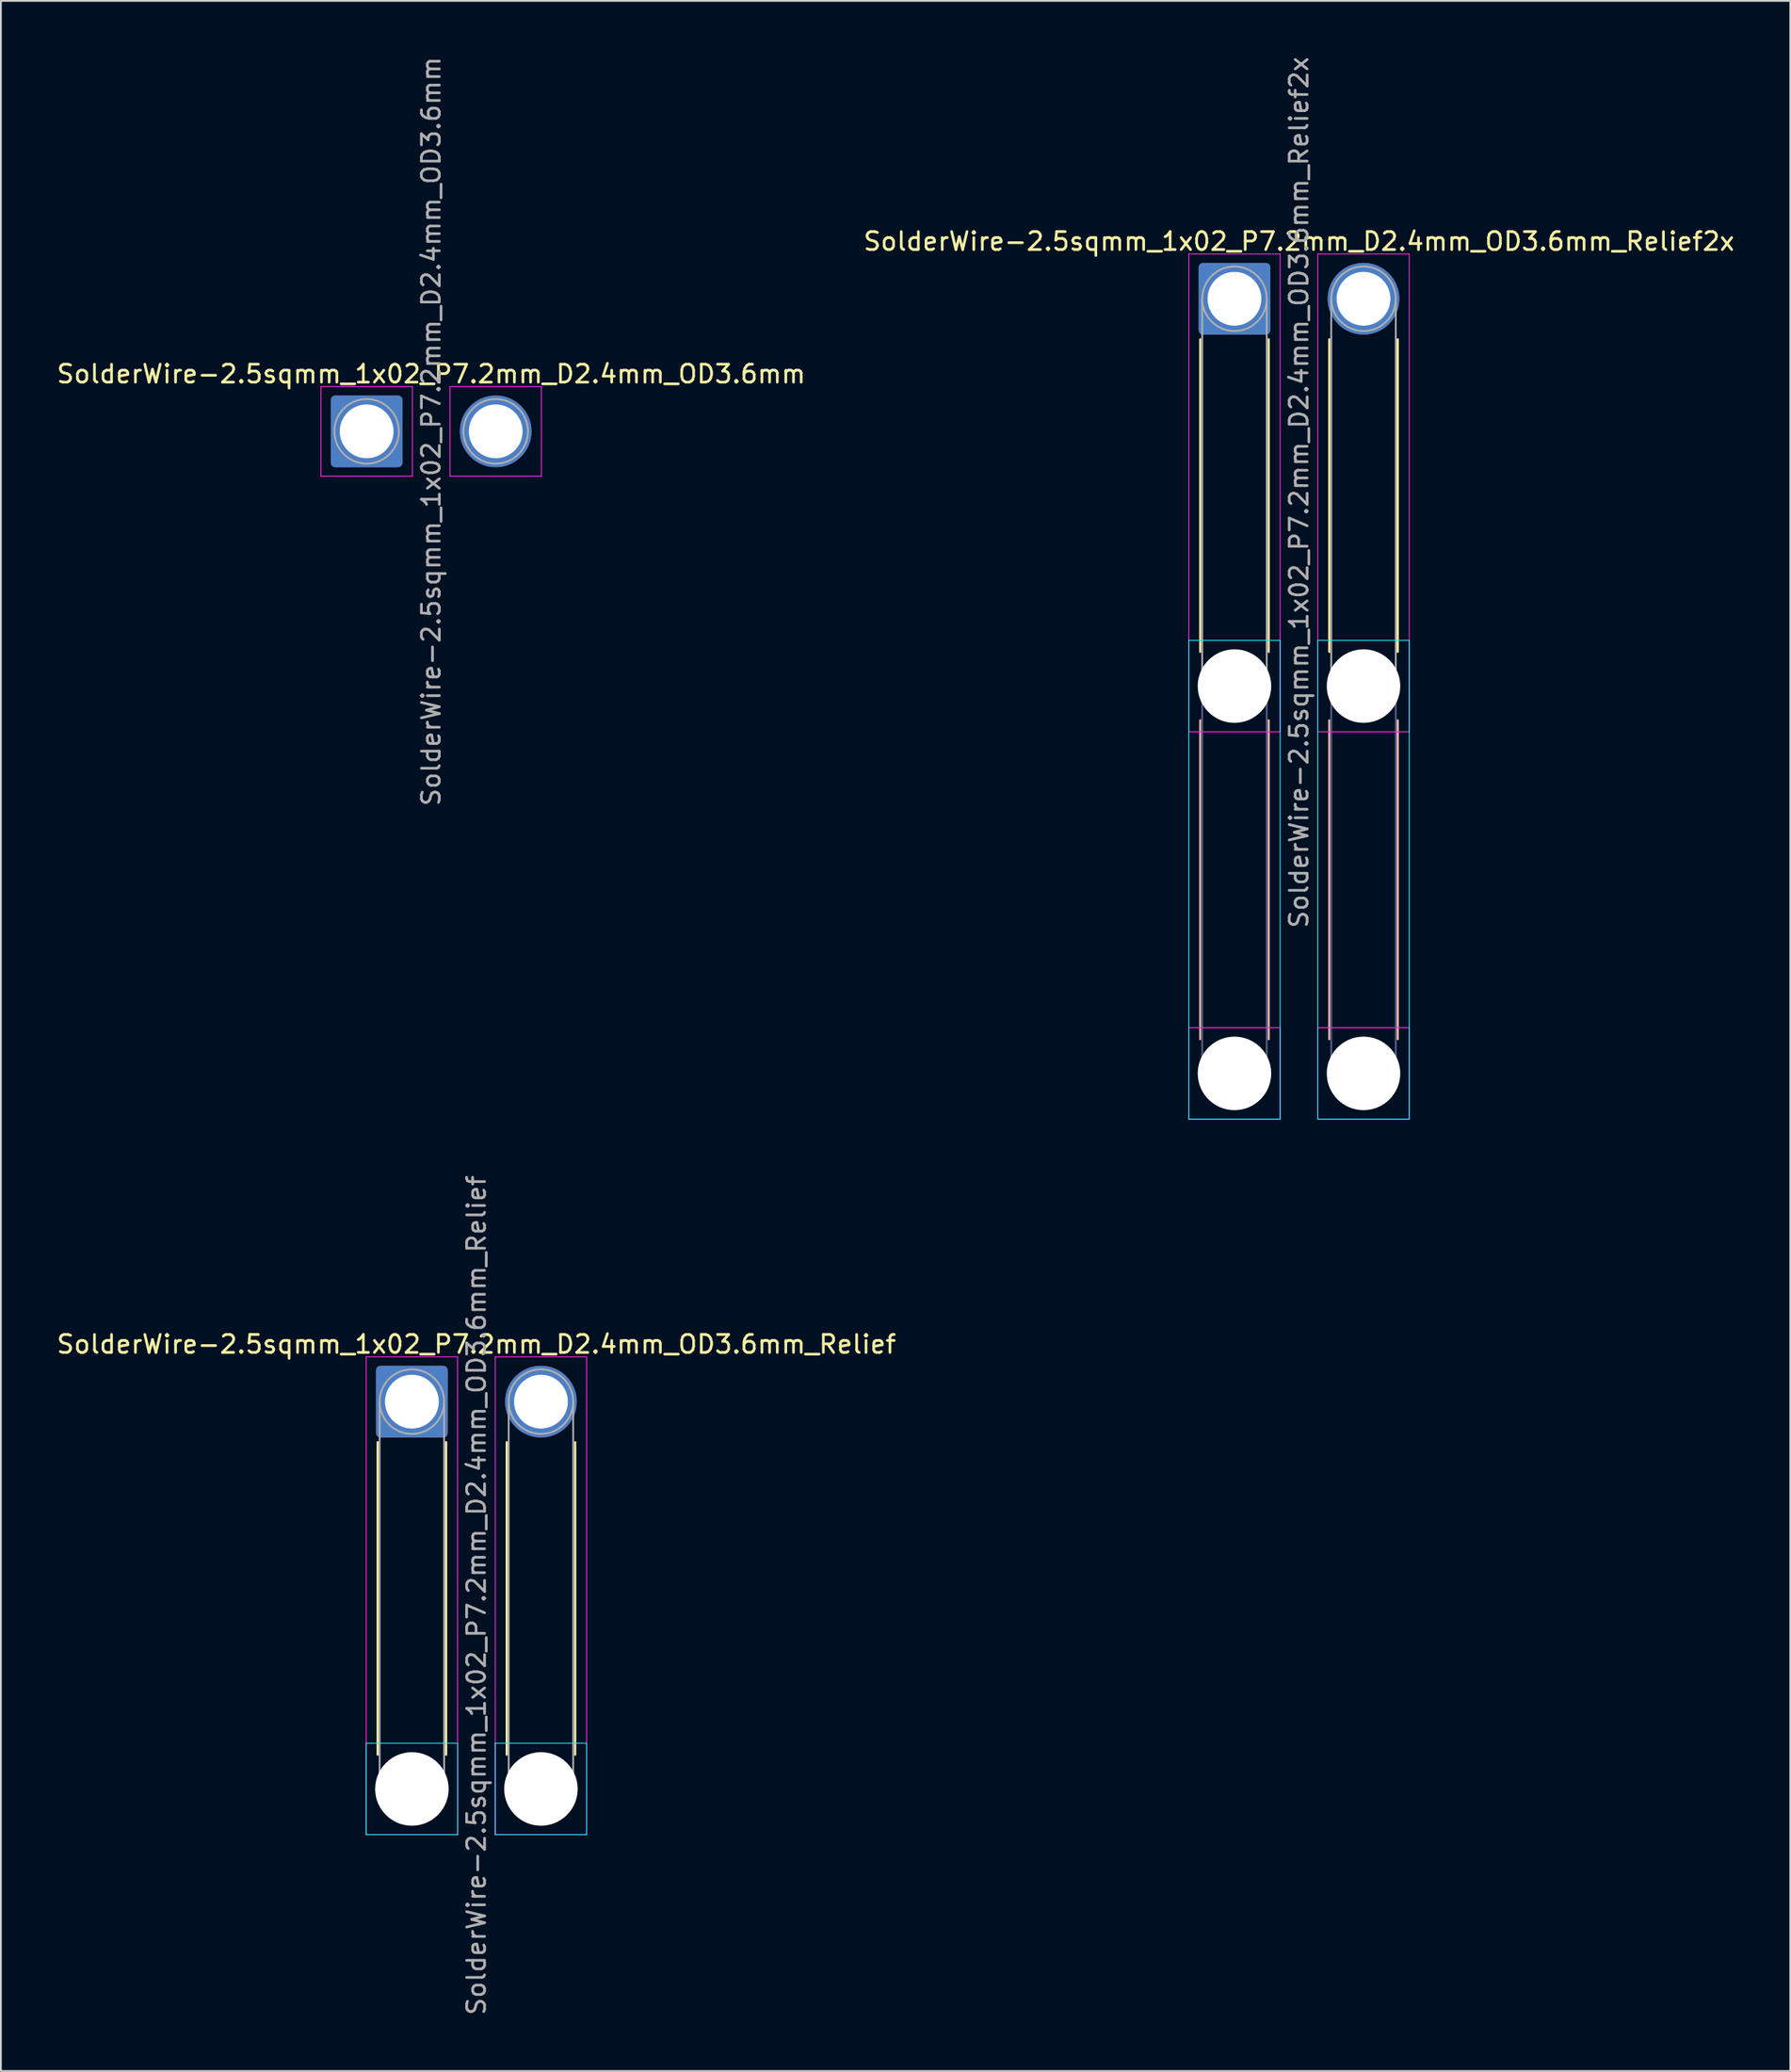
<source format=kicad_pcb>
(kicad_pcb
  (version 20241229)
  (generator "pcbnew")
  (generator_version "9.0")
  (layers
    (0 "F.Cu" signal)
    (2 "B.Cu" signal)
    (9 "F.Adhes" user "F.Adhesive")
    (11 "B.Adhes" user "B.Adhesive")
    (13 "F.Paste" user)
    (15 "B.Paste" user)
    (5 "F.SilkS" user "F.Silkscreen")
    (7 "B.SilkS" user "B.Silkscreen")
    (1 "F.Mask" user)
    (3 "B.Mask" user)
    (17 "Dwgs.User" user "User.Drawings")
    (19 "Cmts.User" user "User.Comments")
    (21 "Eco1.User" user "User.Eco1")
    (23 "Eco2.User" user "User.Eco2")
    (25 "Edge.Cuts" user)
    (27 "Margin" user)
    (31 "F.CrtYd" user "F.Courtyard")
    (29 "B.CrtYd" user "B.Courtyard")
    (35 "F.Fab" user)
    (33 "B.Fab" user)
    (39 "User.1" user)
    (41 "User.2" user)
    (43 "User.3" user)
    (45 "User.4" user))
  (footprint "SolderWire-2.5sqmm_1x02_P7.2mm_D2.4mm_OD3.6mm"
    (layer "F.Cu")
    (at 17.406 21.006)
    (property "Reference" "SolderWire-2.5sqmm_1x02_P7.2mm_D2.4mm_OD3.6mm" (at 3.6 -3.2 0) (layer "F.SilkS") (effects (font (size 1 1) (thickness 0.15))))
    (attr exclude_from_pos_files exclude_from_bom)
    (fp_line (start -2.55 -2.5) (end -2.55 2.5) (stroke (width 0.05) (type solid)) (layer "F.CrtYd"))
    (fp_line (start -2.55 2.5) (end 2.55 2.5) (stroke (width 0.05) (type solid)) (layer "F.CrtYd"))
    (fp_line (start 2.55 -2.5) (end -2.55 -2.5) (stroke (width 0.05) (type solid)) (layer "F.CrtYd"))
    (fp_line (start 2.55 2.5) (end 2.55 -2.5) (stroke (width 0.05) (type solid)) (layer "F.CrtYd"))
    (fp_line (start 4.65 -2.5) (end 4.65 2.5) (stroke (width 0.05) (type solid)) (layer "F.CrtYd"))
    (fp_line (start 4.65 2.5) (end 9.75 2.5) (stroke (width 0.05) (type solid)) (layer "F.CrtYd"))
    (fp_line (start 9.75 -2.5) (end 4.65 -2.5) (stroke (width 0.05) (type solid)) (layer "F.CrtYd"))
    (fp_line (start 9.75 2.5) (end 9.75 -2.5) (stroke (width 0.05) (type solid)) (layer "F.CrtYd"))
    (fp_circle (center 0 0) (end 1.8 0) (stroke (width 0.1) (type solid)) (fill no) (layer "F.Fab"))
    (fp_circle (center 7.2 0) (end 9 0) (stroke (width 0.1) (type solid)) (fill no) (layer "F.Fab"))
    (fp_text user "${REFERENCE}" (at 3.6 0 90) (layer "F.Fab") (effects (font (size 1 1) (thickness 0.15))))
    (pad "1" thru_hole roundrect (at 0 0) (size 4 4) (drill 3) (layers "*.Cu" "*.Mask") (roundrect_rratio 0.062))
    (pad "2" thru_hole circle (at 7.2 0) (size 4 4) (drill 3) (layers "*.Cu" "*.Mask")))
  (footprint "SolderWire-2.5sqmm_1x02_P7.2mm_D2.4mm_OD3.6mm_Relief"
    (layer "F.Cu")
    (at 19.93 75.115)
    (property "Reference" "SolderWire-2.5sqmm_1x02_P7.2mm_D2.4mm_OD3.6mm_Relief" (at 3.6 -3.2 0) (layer "F.SilkS") (effects (font (size 1 1) (thickness 0.15))))
    (attr exclude_from_pos_files exclude_from_bom)
    (fp_line (start -1.91 2.26) (end -1.91 19.69) (stroke (width 0.12) (type solid)) (layer "F.SilkS"))
    (fp_line (start 1.91 2.26) (end 1.91 19.69) (stroke (width 0.12) (type solid)) (layer "F.SilkS"))
    (fp_line (start 5.29 2.26) (end 5.29 19.69) (stroke (width 0.12) (type solid)) (layer "F.SilkS"))
    (fp_line (start 9.11 2.26) (end 9.11 19.69) (stroke (width 0.12) (type solid)) (layer "F.SilkS"))
    (fp_line (start -2.55 19.05) (end -2.55 24.15) (stroke (width 0.05) (type solid)) (layer "B.CrtYd"))
    (fp_line (start -2.55 24.15) (end 2.55 24.15) (stroke (width 0.05) (type solid)) (layer "B.CrtYd"))
    (fp_line (start 2.55 19.05) (end -2.55 19.05) (stroke (width 0.05) (type solid)) (layer "B.CrtYd"))
    (fp_line (start 2.55 24.15) (end 2.55 19.05) (stroke (width 0.05) (type solid)) (layer "B.CrtYd"))
    (fp_line (start 4.65 19.05) (end 4.65 24.15) (stroke (width 0.05) (type solid)) (layer "B.CrtYd"))
    (fp_line (start 4.65 24.15) (end 9.75 24.15) (stroke (width 0.05) (type solid)) (layer "B.CrtYd"))
    (fp_line (start 9.75 19.05) (end 4.65 19.05) (stroke (width 0.05) (type solid)) (layer "B.CrtYd"))
    (fp_line (start 9.75 24.15) (end 9.75 19.05) (stroke (width 0.05) (type solid)) (layer "B.CrtYd"))
    (fp_line (start -2.55 -2.5) (end -2.55 24.15) (stroke (width 0.05) (type solid)) (layer "F.CrtYd"))
    (fp_line (start -2.55 24.15) (end 2.55 24.15) (stroke (width 0.05) (type solid)) (layer "F.CrtYd"))
    (fp_line (start 2.55 -2.5) (end -2.55 -2.5) (stroke (width 0.05) (type solid)) (layer "F.CrtYd"))
    (fp_line (start 2.55 24.15) (end 2.55 -2.5) (stroke (width 0.05) (type solid)) (layer "F.CrtYd"))
    (fp_line (start 4.65 -2.5) (end 4.65 24.15) (stroke (width 0.05) (type solid)) (layer "F.CrtYd"))
    (fp_line (start 4.65 24.15) (end 9.75 24.15) (stroke (width 0.05) (type solid)) (layer "F.CrtYd"))
    (fp_line (start 9.75 -2.5) (end 4.65 -2.5) (stroke (width 0.05) (type solid)) (layer "F.CrtYd"))
    (fp_line (start 9.75 24.15) (end 9.75 -2.5) (stroke (width 0.05) (type solid)) (layer "F.CrtYd"))
    (fp_line (start -1.8 0) (end -1.8 21.6) (stroke (width 0.1) (type solid)) (layer "F.Fab"))
    (fp_line (start 1.8 0) (end 1.8 21.6) (stroke (width 0.1) (type solid)) (layer "F.Fab"))
    (fp_line (start 5.4 0) (end 5.4 21.6) (stroke (width 0.1) (type solid)) (layer "F.Fab"))
    (fp_line (start 9 0) (end 9 21.6) (stroke (width 0.1) (type solid)) (layer "F.Fab"))
    (fp_circle (center 0 0) (end 1.8 0) (stroke (width 0.1) (type solid)) (fill no) (layer "F.Fab"))
    (fp_circle (center 0 21.6) (end 1.8 21.6) (stroke (width 0.1) (type solid)) (fill no) (layer "F.Fab"))
    (fp_circle (center 7.2 0) (end 9 0) (stroke (width 0.1) (type solid)) (fill no) (layer "F.Fab"))
    (fp_circle (center 7.2 21.6) (end 9 21.6) (stroke (width 0.1) (type solid)) (fill no) (layer "F.Fab"))
    (fp_text user "${REFERENCE}" (at 3.6 10.8 90) (layer "F.Fab") (effects (font (size 1 1) (thickness 0.15))))
    (pad "" np_thru_hole circle (at 0 21.6) (size 4.1 4.1) (drill 4.1) (layers "*.Cu" "*.Mask"))
    (pad "" np_thru_hole circle (at 7.2 21.6) (size 4.1 4.1) (drill 4.1) (layers "*.Cu" "*.Mask"))
    (pad "1" thru_hole roundrect (at 0 0) (size 4 4) (drill 3) (layers "*.Cu" "*.Mask") (roundrect_rratio 0.062))
    (pad "2" thru_hole circle (at 7.2 0) (size 4 4) (drill 3) (layers "*.Cu" "*.Mask")))
  (footprint "SolderWire-2.5sqmm_1x02_P7.2mm_D2.4mm_OD3.6mm_Relief2x"
    (layer "F.Cu")
    (at 65.823 13.611)
    (property "Reference" "SolderWire-2.5sqmm_1x02_P7.2mm_D2.4mm_OD3.6mm_Relief2x" (at 3.6 -3.2 0) (layer "F.SilkS") (effects (font (size 1 1) (thickness 0.15))))
    (attr exclude_from_pos_files exclude_from_bom)
    (fp_line (start -1.91 2.26) (end -1.91 19.69) (stroke (width 0.12) (type solid)) (layer "F.SilkS"))
    (fp_line (start 1.91 2.26) (end 1.91 19.69) (stroke (width 0.12) (type solid)) (layer "F.SilkS"))
    (fp_line (start 5.29 2.26) (end 5.29 19.69) (stroke (width 0.12) (type solid)) (layer "F.SilkS"))
    (fp_line (start 9.11 2.26) (end 9.11 19.69) (stroke (width 0.12) (type solid)) (layer "F.SilkS"))
    (fp_line (start -1.91 23.51) (end -1.91 41.29) (stroke (width 0.12) (type solid)) (layer "B.SilkS"))
    (fp_line (start 1.91 23.51) (end 1.91 41.29) (stroke (width 0.12) (type solid)) (layer "B.SilkS"))
    (fp_line (start 5.29 23.51) (end 5.29 41.29) (stroke (width 0.12) (type solid)) (layer "B.SilkS"))
    (fp_line (start 9.11 23.51) (end 9.11 41.29) (stroke (width 0.12) (type solid)) (layer "B.SilkS"))
    (fp_line (start -2.55 19.05) (end -2.55 45.75) (stroke (width 0.05) (type solid)) (layer "B.CrtYd"))
    (fp_line (start -2.55 45.75) (end 2.55 45.75) (stroke (width 0.05) (type solid)) (layer "B.CrtYd"))
    (fp_line (start 2.55 19.05) (end -2.55 19.05) (stroke (width 0.05) (type solid)) (layer "B.CrtYd"))
    (fp_line (start 2.55 45.75) (end 2.55 19.05) (stroke (width 0.05) (type solid)) (layer "B.CrtYd"))
    (fp_line (start 4.65 19.05) (end 4.65 45.75) (stroke (width 0.05) (type solid)) (layer "B.CrtYd"))
    (fp_line (start 4.65 45.75) (end 9.75 45.75) (stroke (width 0.05) (type solid)) (layer "B.CrtYd"))
    (fp_line (start 9.75 19.05) (end 4.65 19.05) (stroke (width 0.05) (type solid)) (layer "B.CrtYd"))
    (fp_line (start 9.75 45.75) (end 9.75 19.05) (stroke (width 0.05) (type solid)) (layer "B.CrtYd"))
    (fp_line (start -2.55 -2.5) (end -2.55 24.15) (stroke (width 0.05) (type solid)) (layer "F.CrtYd"))
    (fp_line (start -2.55 24.15) (end 2.55 24.15) (stroke (width 0.05) (type solid)) (layer "F.CrtYd"))
    (fp_line (start -2.55 40.65) (end -2.55 45.75) (stroke (width 0.05) (type solid)) (layer "F.CrtYd"))
    (fp_line (start -2.55 45.75) (end 2.55 45.75) (stroke (width 0.05) (type solid)) (layer "F.CrtYd"))
    (fp_line (start 2.55 -2.5) (end -2.55 -2.5) (stroke (width 0.05) (type solid)) (layer "F.CrtYd"))
    (fp_line (start 2.55 24.15) (end 2.55 -2.5) (stroke (width 0.05) (type solid)) (layer "F.CrtYd"))
    (fp_line (start 2.55 40.65) (end -2.55 40.65) (stroke (width 0.05) (type solid)) (layer "F.CrtYd"))
    (fp_line (start 2.55 45.75) (end 2.55 40.65) (stroke (width 0.05) (type solid)) (layer "F.CrtYd"))
    (fp_line (start 4.65 -2.5) (end 4.65 24.15) (stroke (width 0.05) (type solid)) (layer "F.CrtYd"))
    (fp_line (start 4.65 24.15) (end 9.75 24.15) (stroke (width 0.05) (type solid)) (layer "F.CrtYd"))
    (fp_line (start 4.65 40.65) (end 4.65 45.75) (stroke (width 0.05) (type solid)) (layer "F.CrtYd"))
    (fp_line (start 4.65 45.75) (end 9.75 45.75) (stroke (width 0.05) (type solid)) (layer "F.CrtYd"))
    (fp_line (start 9.75 -2.5) (end 4.65 -2.5) (stroke (width 0.05) (type solid)) (layer "F.CrtYd"))
    (fp_line (start 9.75 24.15) (end 9.75 -2.5) (stroke (width 0.05) (type solid)) (layer "F.CrtYd"))
    (fp_line (start 9.75 40.65) (end 4.65 40.65) (stroke (width 0.05) (type solid)) (layer "F.CrtYd"))
    (fp_line (start 9.75 45.75) (end 9.75 40.65) (stroke (width 0.05) (type solid)) (layer "F.CrtYd"))
    (fp_line (start -1.8 21.6) (end -1.8 43.2) (stroke (width 0.1) (type solid)) (layer "B.Fab"))
    (fp_line (start 1.8 21.6) (end 1.8 43.2) (stroke (width 0.1) (type solid)) (layer "B.Fab"))
    (fp_line (start 5.4 21.6) (end 5.4 43.2) (stroke (width 0.1) (type solid)) (layer "B.Fab"))
    (fp_line (start 9 21.6) (end 9 43.2) (stroke (width 0.1) (type solid)) (layer "B.Fab"))
    (fp_circle (center 0 21.6) (end 1.8 21.6) (stroke (width 0.1) (type solid)) (fill no) (layer "B.Fab"))
    (fp_circle (center 0 43.2) (end 1.8 43.2) (stroke (width 0.1) (type solid)) (fill no) (layer "B.Fab"))
    (fp_circle (center 7.2 21.6) (end 9 21.6) (stroke (width 0.1) (type solid)) (fill no) (layer "B.Fab"))
    (fp_circle (center 7.2 43.2) (end 9 43.2) (stroke (width 0.1) (type solid)) (fill no) (layer "B.Fab"))
    (fp_line (start -1.8 0) (end -1.8 21.6) (stroke (width 0.1) (type solid)) (layer "F.Fab"))
    (fp_line (start 1.8 0) (end 1.8 21.6) (stroke (width 0.1) (type solid)) (layer "F.Fab"))
    (fp_line (start 5.4 0) (end 5.4 21.6) (stroke (width 0.1) (type solid)) (layer "F.Fab"))
    (fp_line (start 9 0) (end 9 21.6) (stroke (width 0.1) (type solid)) (layer "F.Fab"))
    (fp_circle (center 0 0) (end 1.8 0) (stroke (width 0.1) (type solid)) (fill no) (layer "F.Fab"))
    (fp_circle (center 0 21.6) (end 1.8 21.6) (stroke (width 0.1) (type solid)) (fill no) (layer "F.Fab"))
    (fp_circle (center 0 43.2) (end 1.8 43.2) (stroke (width 0.1) (type solid)) (fill no) (layer "F.Fab"))
    (fp_circle (center 7.2 0) (end 9 0) (stroke (width 0.1) (type solid)) (fill no) (layer "F.Fab"))
    (fp_circle (center 7.2 21.6) (end 9 21.6) (stroke (width 0.1) (type solid)) (fill no) (layer "F.Fab"))
    (fp_circle (center 7.2 43.2) (end 9 43.2) (stroke (width 0.1) (type solid)) (fill no) (layer "F.Fab"))
    (fp_text user "${REFERENCE}" (at 3.6 10.8 90) (layer "F.Fab") (effects (font (size 1 1) (thickness 0.15))))
    (pad "" np_thru_hole circle (at 0 21.6) (size 4.1 4.1) (drill 4.1) (layers "*.Cu" "*.Mask"))
    (pad "" np_thru_hole circle (at 0 43.2) (size 4.1 4.1) (drill 4.1) (layers "*.Cu" "*.Mask"))
    (pad "" np_thru_hole circle (at 7.2 21.6) (size 4.1 4.1) (drill 4.1) (layers "*.Cu" "*.Mask"))
    (pad "" np_thru_hole circle (at 7.2 43.2) (size 4.1 4.1) (drill 4.1) (layers "*.Cu" "*.Mask"))
    (pad "1" thru_hole roundrect (at 0 0) (size 4 4) (drill 3) (layers "*.Cu" "*.Mask") (roundrect_rratio 0.062))
    (pad "2" thru_hole circle (at 7.2 0) (size 4 4) (drill 3) (layers "*.Cu" "*.Mask")))
  (gr_rect
    (start -3 -3)
    (end 96.833 112.445)
    (stroke (width 0.1) (type default))
    (fill no)
    (layer "Edge.Cuts")))
</source>
